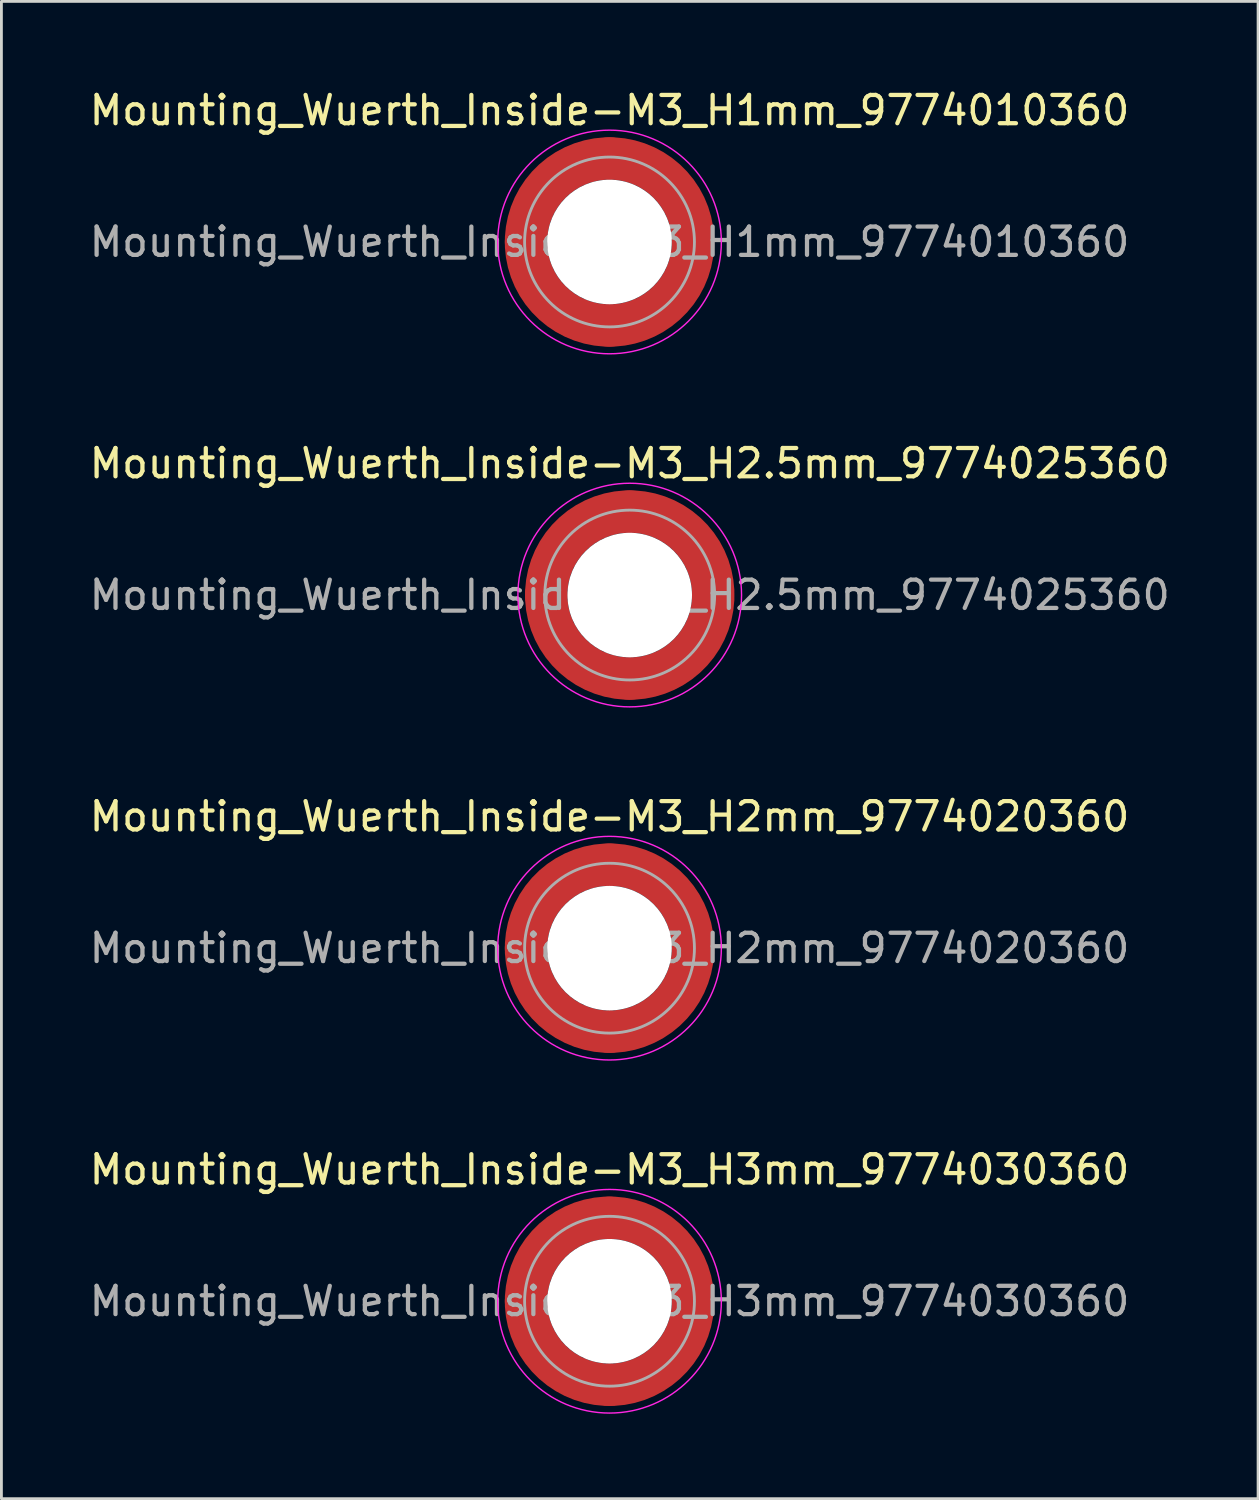
<source format=kicad_pcb>
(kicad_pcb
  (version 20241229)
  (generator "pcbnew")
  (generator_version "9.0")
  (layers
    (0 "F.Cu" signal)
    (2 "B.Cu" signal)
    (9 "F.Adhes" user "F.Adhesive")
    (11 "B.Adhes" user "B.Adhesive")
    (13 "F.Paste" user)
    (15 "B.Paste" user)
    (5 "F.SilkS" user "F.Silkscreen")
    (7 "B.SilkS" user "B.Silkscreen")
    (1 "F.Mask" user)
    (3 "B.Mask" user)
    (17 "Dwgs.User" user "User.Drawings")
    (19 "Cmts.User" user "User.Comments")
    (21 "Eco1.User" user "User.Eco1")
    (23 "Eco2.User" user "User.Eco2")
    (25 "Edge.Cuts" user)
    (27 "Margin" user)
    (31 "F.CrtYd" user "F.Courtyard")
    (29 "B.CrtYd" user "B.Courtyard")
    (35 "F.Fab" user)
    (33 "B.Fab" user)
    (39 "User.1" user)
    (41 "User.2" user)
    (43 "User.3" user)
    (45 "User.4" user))
  (footprint "Mounting_Wuerth_Inside-M3_H2.5mm_9774025360"
    (layer "F.Cu")
    (at 19.196 17.971)
    (property "Reference" "Mounting_Wuerth_Inside-M3_H2.5mm_9774025360" (at 0 -4.65 0) (layer "F.SilkS") (effects (font (size 1 1) (thickness 0.15))))
    (attr smd)
    (fp_circle (center 0 0) (end 3.95 0) (stroke (width 0.05) (type solid)) (fill no) (layer "F.CrtYd"))
    (fp_circle (center 0 0) (end 3 0) (stroke (width 0.1) (type solid)) (fill no) (layer "F.Fab"))
    (fp_text user "${REFERENCE}" (at 0 0 0) (layer "F.Fab") (effects (font (size 1 1) (thickness 0.15))))
    (pad "" smd custom (at -2.058 -2.058) (size 1.1 1.1) (layers "F.Paste") (options (anchor circle)) (primitives (gr_arc (start -0.524489 1.532681) (mid 0.194454 0.194454) (end 1.532681 -0.524489) (width 0.55)) (gr_arc (start -0.804569 1.532681) (mid 0 0) (end 1.532681 -0.804569) (width 0.55)) (gr_arc (start -1.083752 1.532681) (mid -0.194454 -0.194454) (end 1.532681 -1.083752) (width 0.55)) (gr_line (start 1.533 -0.524) (end 1.533 -1.084) (width 0.55)) (gr_line (start -0.524 1.533) (end -1.084 1.533) (width 0.55))))
    (pad "" smd custom (at -2.058 2.058) (size 1.1 1.1) (layers "F.Paste") (options (anchor circle)) (primitives (gr_arc (start 1.532681 0.524489) (mid 0.194454 -0.194454) (end -0.524489 -1.532681) (width 0.55)) (gr_arc (start 1.532681 0.804569) (mid 0 0) (end -0.804569 -1.532681) (width 0.55)) (gr_arc (start 1.532681 1.083752) (mid -0.194454 0.194454) (end -1.083752 -1.532681) (width 0.55)) (gr_line (start -0.524 -1.533) (end -1.084 -1.533) (width 0.55)) (gr_line (start 1.533 0.524) (end 1.533 1.084) (width 0.55))))
    (pad "" np_thru_hole circle (at 0 0) (size 4.4 4.4) (drill 4.4) (layers "*.Cu" "*.Mask"))
    (pad "" smd custom (at 2.058 -2.058) (size 1.1 1.1) (layers "F.Paste") (options (anchor circle)) (primitives (gr_arc (start -1.532681 -0.524489) (mid -0.194454 0.194454) (end 0.524489 1.532681) (width 0.55)) (gr_arc (start -1.532681 -0.804569) (mid 0 0) (end 0.804569 1.532681) (width 0.55)) (gr_arc (start -1.532681 -1.083752) (mid 0.194454 -0.194454) (end 1.083752 1.532681) (width 0.55)) (gr_line (start 0.524 1.533) (end 1.084 1.533) (width 0.55)) (gr_line (start -1.533 -0.524) (end -1.533 -1.084) (width 0.55))))
    (pad "" smd custom (at 2.058 2.058) (size 1.1 1.1) (layers "F.Paste") (options (anchor circle)) (primitives (gr_arc (start 0.524489 -1.532681) (mid -0.194454 -0.194454) (end -1.532681 0.524489) (width 0.55)) (gr_arc (start 0.804569 -1.532681) (mid 0 0) (end -1.532681 0.804569) (width 0.55)) (gr_arc (start 1.083752 -1.532681) (mid 0.194454 0.194454) (end -1.532681 1.083752) (width 0.55)) (gr_line (start -1.533 0.524) (end -1.533 1.084) (width 0.55)) (gr_line (start 0.524 -1.533) (end 1.084 -1.533) (width 0.55))))
    (pad "1" smd circle (at -2.95 0) (size 1.5 1.5) (layers "F.Cu"))
    (pad "1" smd circle (at 0 -2.95) (size 1.5 1.5) (layers "F.Cu"))
    (pad "1" smd circle (at 0 2.95) (size 1.5 1.5) (layers "F.Cu"))
    (pad "1" smd custom (at 2.95 0) (size 1.5 1.5) (layers "F.Cu" "F.Mask") (options (anchor circle)) (primitives (gr_circle (center -2.95 0) (end 0 0) (width 1.5) (fill no)))))
  (footprint "Mounting_Wuerth_Inside-M3_H2mm_9774020360"
    (layer "F.Cu")
    (at 18.482 30.445)
    (property "Reference" "Mounting_Wuerth_Inside-M3_H2mm_9774020360" (at 0 -4.65 0) (layer "F.SilkS") (effects (font (size 1 1) (thickness 0.15))))
    (attr smd)
    (fp_circle (center 0 0) (end 3.95 0) (stroke (width 0.05) (type solid)) (fill no) (layer "F.CrtYd"))
    (fp_circle (center 0 0) (end 3 0) (stroke (width 0.1) (type solid)) (fill no) (layer "F.Fab"))
    (fp_text user "${REFERENCE}" (at 0 0 0) (layer "F.Fab") (effects (font (size 1 1) (thickness 0.15))))
    (pad "" smd custom (at -2.058 -2.058) (size 1.1 1.1) (layers "F.Paste") (options (anchor circle)) (primitives (gr_arc (start -0.524489 1.532681) (mid 0.194454 0.194454) (end 1.532681 -0.524489) (width 0.55)) (gr_arc (start -0.804569 1.532681) (mid 0 0) (end 1.532681 -0.804569) (width 0.55)) (gr_arc (start -1.083752 1.532681) (mid -0.194454 -0.194454) (end 1.532681 -1.083752) (width 0.55)) (gr_line (start 1.533 -0.524) (end 1.533 -1.084) (width 0.55)) (gr_line (start -0.524 1.533) (end -1.084 1.533) (width 0.55))))
    (pad "" smd custom (at -2.058 2.058) (size 1.1 1.1) (layers "F.Paste") (options (anchor circle)) (primitives (gr_arc (start 1.532681 0.524489) (mid 0.194454 -0.194454) (end -0.524489 -1.532681) (width 0.55)) (gr_arc (start 1.532681 0.804569) (mid 0 0) (end -0.804569 -1.532681) (width 0.55)) (gr_arc (start 1.532681 1.083752) (mid -0.194454 0.194454) (end -1.083752 -1.532681) (width 0.55)) (gr_line (start -0.524 -1.533) (end -1.084 -1.533) (width 0.55)) (gr_line (start 1.533 0.524) (end 1.533 1.084) (width 0.55))))
    (pad "" np_thru_hole circle (at 0 0) (size 4.4 4.4) (drill 4.4) (layers "*.Cu" "*.Mask"))
    (pad "" smd custom (at 2.058 -2.058) (size 1.1 1.1) (layers "F.Paste") (options (anchor circle)) (primitives (gr_arc (start -1.532681 -0.524489) (mid -0.194454 0.194454) (end 0.524489 1.532681) (width 0.55)) (gr_arc (start -1.532681 -0.804569) (mid 0 0) (end 0.804569 1.532681) (width 0.55)) (gr_arc (start -1.532681 -1.083752) (mid 0.194454 -0.194454) (end 1.083752 1.532681) (width 0.55)) (gr_line (start 0.524 1.533) (end 1.084 1.533) (width 0.55)) (gr_line (start -1.533 -0.524) (end -1.533 -1.084) (width 0.55))))
    (pad "" smd custom (at 2.058 2.058) (size 1.1 1.1) (layers "F.Paste") (options (anchor circle)) (primitives (gr_arc (start 0.524489 -1.532681) (mid -0.194454 -0.194454) (end -1.532681 0.524489) (width 0.55)) (gr_arc (start 0.804569 -1.532681) (mid 0 0) (end -1.532681 0.804569) (width 0.55)) (gr_arc (start 1.083752 -1.532681) (mid 0.194454 0.194454) (end -1.532681 1.083752) (width 0.55)) (gr_line (start -1.533 0.524) (end -1.533 1.084) (width 0.55)) (gr_line (start 0.524 -1.533) (end 1.084 -1.533) (width 0.55))))
    (pad "1" smd circle (at -2.95 0) (size 1.5 1.5) (layers "F.Cu"))
    (pad "1" smd circle (at 0 -2.95) (size 1.5 1.5) (layers "F.Cu"))
    (pad "1" smd circle (at 0 2.95) (size 1.5 1.5) (layers "F.Cu"))
    (pad "1" smd custom (at 2.95 0) (size 1.5 1.5) (layers "F.Cu" "F.Mask") (options (anchor circle)) (primitives (gr_circle (center -2.95 0) (end 0 0) (width 1.5) (fill no)))))
  (footprint "Mounting_Wuerth_Inside-M3_H3mm_9774030360"
    (layer "F.Cu")
    (at 18.482 42.918)
    (property "Reference" "Mounting_Wuerth_Inside-M3_H3mm_9774030360" (at 0 -4.65 0) (layer "F.SilkS") (effects (font (size 1 1) (thickness 0.15))))
    (attr smd)
    (fp_circle (center 0 0) (end 3.95 0) (stroke (width 0.05) (type solid)) (fill no) (layer "F.CrtYd"))
    (fp_circle (center 0 0) (end 3 0) (stroke (width 0.1) (type solid)) (fill no) (layer "F.Fab"))
    (fp_text user "${REFERENCE}" (at 0 0 0) (layer "F.Fab") (effects (font (size 1 1) (thickness 0.15))))
    (pad "" smd custom (at -2.058 -2.058) (size 1.1 1.1) (layers "F.Paste") (options (anchor circle)) (primitives (gr_arc (start -0.524489 1.532681) (mid 0.194454 0.194454) (end 1.532681 -0.524489) (width 0.55)) (gr_arc (start -0.804569 1.532681) (mid 0 0) (end 1.532681 -0.804569) (width 0.55)) (gr_arc (start -1.083752 1.532681) (mid -0.194454 -0.194454) (end 1.532681 -1.083752) (width 0.55)) (gr_line (start 1.533 -0.524) (end 1.533 -1.084) (width 0.55)) (gr_line (start -0.524 1.533) (end -1.084 1.533) (width 0.55))))
    (pad "" smd custom (at -2.058 2.058) (size 1.1 1.1) (layers "F.Paste") (options (anchor circle)) (primitives (gr_arc (start 1.532681 0.524489) (mid 0.194454 -0.194454) (end -0.524489 -1.532681) (width 0.55)) (gr_arc (start 1.532681 0.804569) (mid 0 0) (end -0.804569 -1.532681) (width 0.55)) (gr_arc (start 1.532681 1.083752) (mid -0.194454 0.194454) (end -1.083752 -1.532681) (width 0.55)) (gr_line (start -0.524 -1.533) (end -1.084 -1.533) (width 0.55)) (gr_line (start 1.533 0.524) (end 1.533 1.084) (width 0.55))))
    (pad "" np_thru_hole circle (at 0 0) (size 4.4 4.4) (drill 4.4) (layers "*.Cu" "*.Mask"))
    (pad "" smd custom (at 2.058 -2.058) (size 1.1 1.1) (layers "F.Paste") (options (anchor circle)) (primitives (gr_arc (start -1.532681 -0.524489) (mid -0.194454 0.194454) (end 0.524489 1.532681) (width 0.55)) (gr_arc (start -1.532681 -0.804569) (mid 0 0) (end 0.804569 1.532681) (width 0.55)) (gr_arc (start -1.532681 -1.083752) (mid 0.194454 -0.194454) (end 1.083752 1.532681) (width 0.55)) (gr_line (start 0.524 1.533) (end 1.084 1.533) (width 0.55)) (gr_line (start -1.533 -0.524) (end -1.533 -1.084) (width 0.55))))
    (pad "" smd custom (at 2.058 2.058) (size 1.1 1.1) (layers "F.Paste") (options (anchor circle)) (primitives (gr_arc (start 0.524489 -1.532681) (mid -0.194454 -0.194454) (end -1.532681 0.524489) (width 0.55)) (gr_arc (start 0.804569 -1.532681) (mid 0 0) (end -1.532681 0.804569) (width 0.55)) (gr_arc (start 1.083752 -1.532681) (mid 0.194454 0.194454) (end -1.532681 1.083752) (width 0.55)) (gr_line (start -1.533 0.524) (end -1.533 1.084) (width 0.55)) (gr_line (start 0.524 -1.533) (end 1.084 -1.533) (width 0.55))))
    (pad "1" smd circle (at -2.95 0) (size 1.5 1.5) (layers "F.Cu"))
    (pad "1" smd circle (at 0 -2.95) (size 1.5 1.5) (layers "F.Cu"))
    (pad "1" smd circle (at 0 2.95) (size 1.5 1.5) (layers "F.Cu"))
    (pad "1" smd custom (at 2.95 0) (size 1.5 1.5) (layers "F.Cu" "F.Mask") (options (anchor circle)) (primitives (gr_circle (center -2.95 0) (end 0 0) (width 1.5) (fill no)))))
  (footprint "Mounting_Wuerth_Inside-M3_H1mm_9774010360"
    (layer "F.Cu")
    (at 18.482 5.498)
    (property "Reference" "Mounting_Wuerth_Inside-M3_H1mm_9774010360" (at 0 -4.65 0) (layer "F.SilkS") (effects (font (size 1 1) (thickness 0.15))))
    (attr smd)
    (fp_circle (center 0 0) (end 3.95 0) (stroke (width 0.05) (type solid)) (fill no) (layer "F.CrtYd"))
    (fp_circle (center 0 0) (end 3 0) (stroke (width 0.1) (type solid)) (fill no) (layer "F.Fab"))
    (fp_text user "${REFERENCE}" (at 0 0 0) (layer "F.Fab") (effects (font (size 1 1) (thickness 0.15))))
    (pad "" smd custom (at -2.058 -2.058) (size 1.1 1.1) (layers "F.Paste") (options (anchor circle)) (primitives (gr_arc (start -0.524489 1.532681) (mid 0.194454 0.194454) (end 1.532681 -0.524489) (width 0.55)) (gr_arc (start -0.804569 1.532681) (mid 0 0) (end 1.532681 -0.804569) (width 0.55)) (gr_arc (start -1.083752 1.532681) (mid -0.194454 -0.194454) (end 1.532681 -1.083752) (width 0.55)) (gr_line (start 1.533 -0.524) (end 1.533 -1.084) (width 0.55)) (gr_line (start -0.524 1.533) (end -1.084 1.533) (width 0.55))))
    (pad "" smd custom (at -2.058 2.058) (size 1.1 1.1) (layers "F.Paste") (options (anchor circle)) (primitives (gr_arc (start 1.532681 0.524489) (mid 0.194454 -0.194454) (end -0.524489 -1.532681) (width 0.55)) (gr_arc (start 1.532681 0.804569) (mid 0 0) (end -0.804569 -1.532681) (width 0.55)) (gr_arc (start 1.532681 1.083752) (mid -0.194454 0.194454) (end -1.083752 -1.532681) (width 0.55)) (gr_line (start -0.524 -1.533) (end -1.084 -1.533) (width 0.55)) (gr_line (start 1.533 0.524) (end 1.533 1.084) (width 0.55))))
    (pad "" np_thru_hole circle (at 0 0) (size 4.4 4.4) (drill 4.4) (layers "*.Cu" "*.Mask"))
    (pad "" smd custom (at 2.058 -2.058) (size 1.1 1.1) (layers "F.Paste") (options (anchor circle)) (primitives (gr_arc (start -1.532681 -0.524489) (mid -0.194454 0.194454) (end 0.524489 1.532681) (width 0.55)) (gr_arc (start -1.532681 -0.804569) (mid 0 0) (end 0.804569 1.532681) (width 0.55)) (gr_arc (start -1.532681 -1.083752) (mid 0.194454 -0.194454) (end 1.083752 1.532681) (width 0.55)) (gr_line (start 0.524 1.533) (end 1.084 1.533) (width 0.55)) (gr_line (start -1.533 -0.524) (end -1.533 -1.084) (width 0.55))))
    (pad "" smd custom (at 2.058 2.058) (size 1.1 1.1) (layers "F.Paste") (options (anchor circle)) (primitives (gr_arc (start 0.524489 -1.532681) (mid -0.194454 -0.194454) (end -1.532681 0.524489) (width 0.55)) (gr_arc (start 0.804569 -1.532681) (mid 0 0) (end -1.532681 0.804569) (width 0.55)) (gr_arc (start 1.083752 -1.532681) (mid 0.194454 0.194454) (end -1.532681 1.083752) (width 0.55)) (gr_line (start -1.533 0.524) (end -1.533 1.084) (width 0.55)) (gr_line (start 0.524 -1.533) (end 1.084 -1.533) (width 0.55))))
    (pad "1" smd circle (at -2.95 0) (size 1.5 1.5) (layers "F.Cu"))
    (pad "1" smd circle (at 0 -2.95) (size 1.5 1.5) (layers "F.Cu"))
    (pad "1" smd circle (at 0 2.95) (size 1.5 1.5) (layers "F.Cu"))
    (pad "1" smd custom (at 2.95 0) (size 1.5 1.5) (layers "F.Cu" "F.Mask") (options (anchor circle)) (primitives (gr_circle (center -2.95 0) (end 0 0) (width 1.5) (fill no)))))
  (gr_rect
    (start -3 -3)
    (end 41.393 49.893)
    (stroke (width 0.1) (type default))
    (fill no)
    (layer "Edge.Cuts")))
</source>
